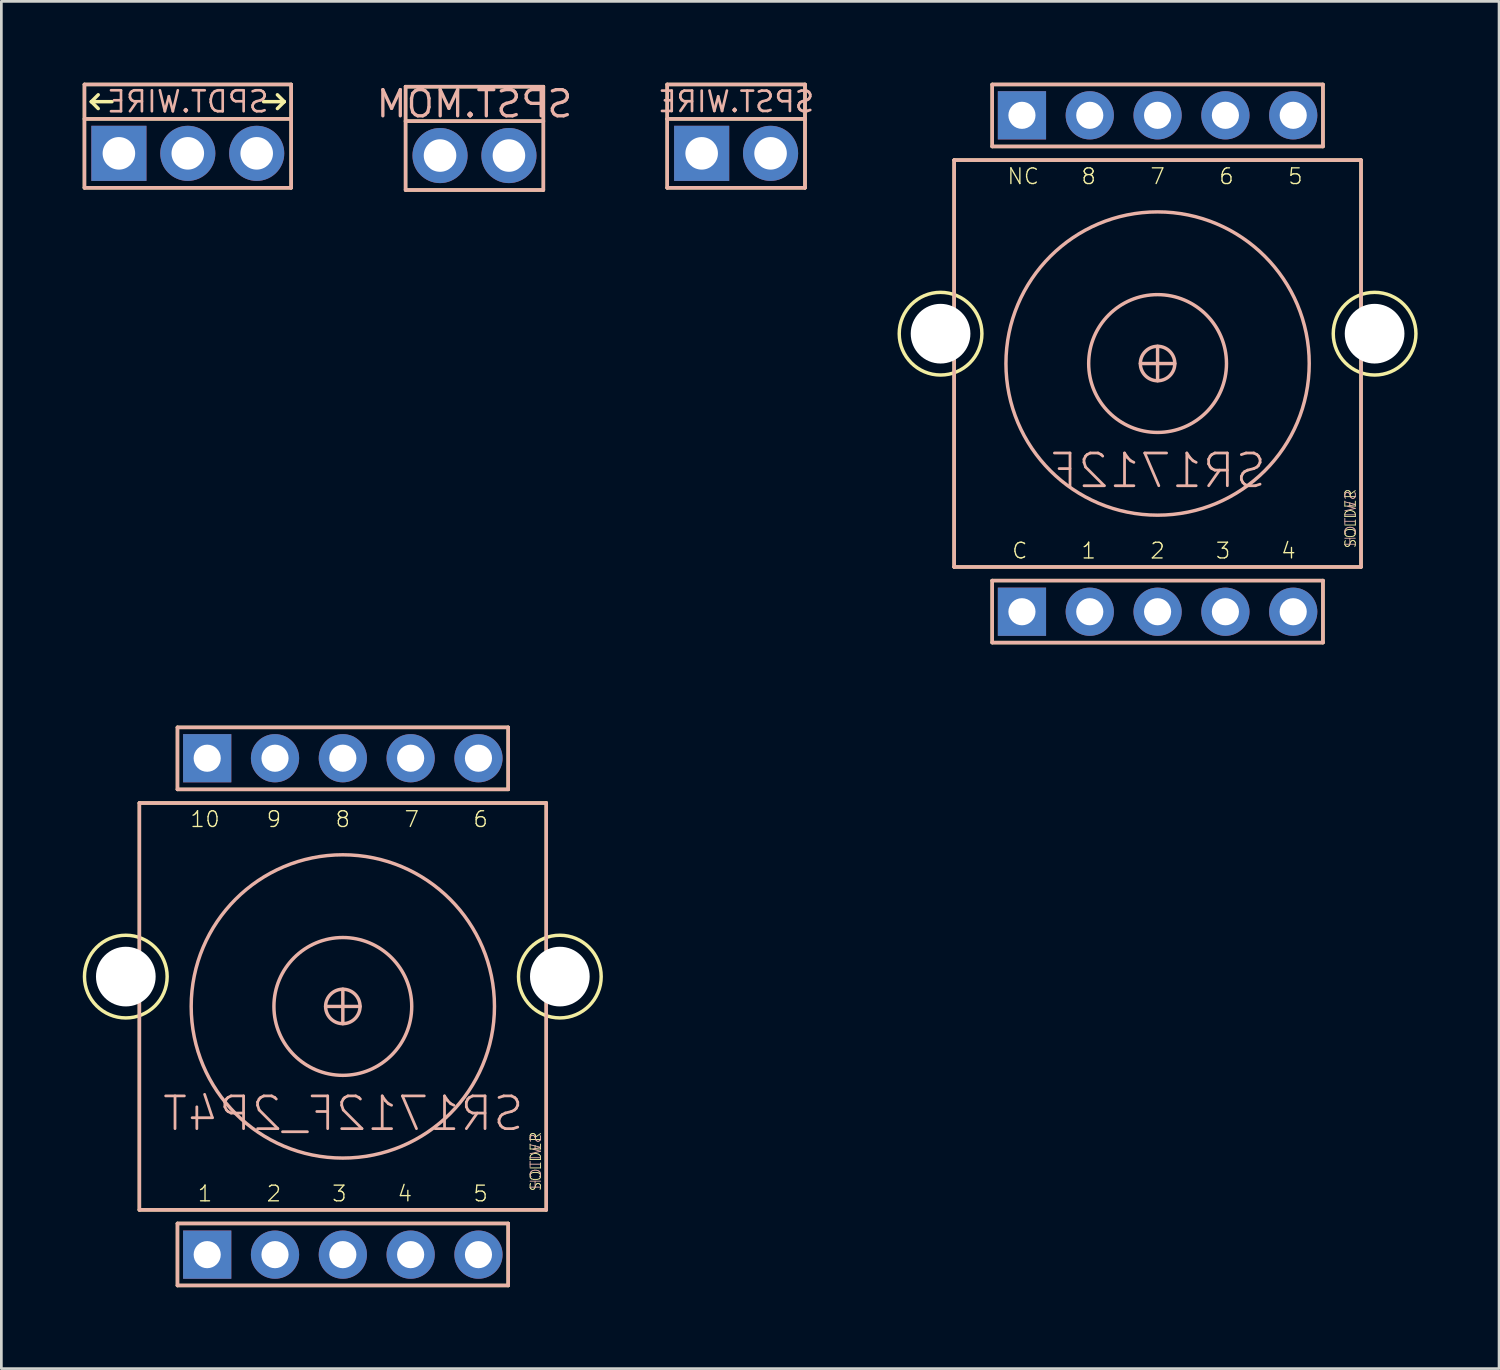
<source format=kicad_pcb>
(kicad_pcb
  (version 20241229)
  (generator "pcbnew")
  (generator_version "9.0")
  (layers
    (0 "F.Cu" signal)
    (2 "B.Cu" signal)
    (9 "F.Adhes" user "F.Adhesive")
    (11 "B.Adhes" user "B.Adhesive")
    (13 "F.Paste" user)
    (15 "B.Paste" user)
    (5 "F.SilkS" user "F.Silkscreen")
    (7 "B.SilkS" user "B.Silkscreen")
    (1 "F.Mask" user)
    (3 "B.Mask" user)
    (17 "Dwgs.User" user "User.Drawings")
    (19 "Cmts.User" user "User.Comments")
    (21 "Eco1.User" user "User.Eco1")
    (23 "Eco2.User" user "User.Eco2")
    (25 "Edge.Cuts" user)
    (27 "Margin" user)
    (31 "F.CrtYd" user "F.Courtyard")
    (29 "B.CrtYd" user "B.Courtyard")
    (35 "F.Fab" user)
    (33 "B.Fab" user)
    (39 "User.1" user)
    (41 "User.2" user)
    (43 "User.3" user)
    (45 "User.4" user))
  (footprint "SR1712F_2P4T"
    (layer "F.Cu")
    (at 9.588 34.051)
    (property "Reference" "SR1712F_2P4T" (at 0.016 3.952 0) (layer "B.SilkS") (effects (font (size 1.206 1.206) (thickness 0.102)) (justify mirror)))
    (attr through_hole)
    (fp_line (start -7.5 -7.5) (end -7.5 7.5) (stroke (width 0.127) (type solid)) (layer "F.SilkS"))
    (fp_line (start -7.5 7.5) (end 7.5 7.5) (stroke (width 0.127) (type solid)) (layer "F.SilkS"))
    (fp_line (start -6.096 -10.287) (end -6.096 -8.001) (stroke (width 0.127) (type solid)) (layer "F.SilkS"))
    (fp_line (start -6.096 -8.001) (end 6.096 -8.001) (stroke (width 0.127) (type solid)) (layer "F.SilkS"))
    (fp_line (start -6.096 8.001) (end -6.096 10.287) (stroke (width 0.127) (type solid)) (layer "F.SilkS"))
    (fp_line (start -6.096 10.287) (end 6.096 10.287) (stroke (width 0.127) (type solid)) (layer "F.SilkS"))
    (fp_line (start 6.096 -10.287) (end -6.096 -10.287) (stroke (width 0.127) (type solid)) (layer "F.SilkS"))
    (fp_line (start 6.096 -8.001) (end 6.096 -10.287) (stroke (width 0.127) (type solid)) (layer "F.SilkS"))
    (fp_line (start 6.096 8.001) (end -6.096 8.001) (stroke (width 0.127) (type solid)) (layer "F.SilkS"))
    (fp_line (start 6.096 10.287) (end 6.096 8.001) (stroke (width 0.127) (type solid)) (layer "F.SilkS"))
    (fp_line (start 7.5 -7.5) (end -7.5 -7.5) (stroke (width 0.127) (type solid)) (layer "F.SilkS"))
    (fp_line (start 7.5 7.5) (end 7.5 -7.5) (stroke (width 0.127) (type solid)) (layer "F.SilkS"))
    (fp_circle (center -8 -1.1) (end -6.476 -1.1) (stroke (width 0.127) (type solid)) (fill no) (layer "F.SilkS"))
    (fp_circle (center 8 -1.1) (end 9.524 -1.1) (stroke (width 0.127) (type solid)) (fill no) (layer "F.SilkS"))
    (fp_line (start -7.5 -7.5) (end -7.5 7.5) (stroke (width 0.127) (type solid)) (layer "B.SilkS"))
    (fp_line (start -7.5 7.5) (end 7.5 7.5) (stroke (width 0.127) (type solid)) (layer "B.SilkS"))
    (fp_line (start -6.096 -10.287) (end 6.096 -10.287) (stroke (width 0.127) (type solid)) (layer "B.SilkS"))
    (fp_line (start -6.096 -8.001) (end -6.096 -10.287) (stroke (width 0.127) (type solid)) (layer "B.SilkS"))
    (fp_line (start -6.096 8.001) (end 6.096 8.001) (stroke (width 0.127) (type solid)) (layer "B.SilkS"))
    (fp_line (start -6.096 10.287) (end -6.096 8.001) (stroke (width 0.127) (type solid)) (layer "B.SilkS"))
    (fp_line (start -0.635 0) (end 0.635 0) (stroke (width 0.127) (type solid)) (layer "B.SilkS"))
    (fp_line (start 0 -0.635) (end 0 0.635) (stroke (width 0.127) (type solid)) (layer "B.SilkS"))
    (fp_line (start 6.096 -10.287) (end 6.096 -8.001) (stroke (width 0.127) (type solid)) (layer "B.SilkS"))
    (fp_line (start 6.096 -8.001) (end -6.096 -8.001) (stroke (width 0.127) (type solid)) (layer "B.SilkS"))
    (fp_line (start 6.096 8.001) (end 6.096 10.287) (stroke (width 0.127) (type solid)) (layer "B.SilkS"))
    (fp_line (start 6.096 10.287) (end -6.096 10.287) (stroke (width 0.127) (type solid)) (layer "B.SilkS"))
    (fp_line (start 7.5 -7.5) (end -7.5 -7.5) (stroke (width 0.127) (type solid)) (layer "B.SilkS"))
    (fp_line (start 7.5 7.5) (end 7.5 -7.5) (stroke (width 0.127) (type solid)) (layer "B.SilkS"))
    (fp_circle (center 0 0) (end 0.635 0) (stroke (width 0.127) (type solid)) (fill no) (layer "B.SilkS"))
    (fp_circle (center 0 0) (end 2.54 0) (stroke (width 0.127) (type solid)) (fill no) (layer "B.SilkS"))
    (fp_circle (center 0 0) (end 5.59 0) (stroke (width 0.127) (type solid)) (fill no) (layer "B.SilkS"))
    (fp_text user "6" (at 5.08 -7.239 0) (layer "F.SilkS") (effects (font (size 0.579 0.579) (thickness 0.049)) (justify top)))
    (fp_text user "7" (at 2.54 -7.239 0) (layer "F.SilkS") (effects (font (size 0.579 0.579) (thickness 0.049)) (justify top)))
    (fp_text user "8" (at 0 -7.239 0) (layer "F.SilkS") (effects (font (size 0.579 0.579) (thickness 0.049)) (justify top)))
    (fp_text user "5" (at 5.08 7.239 0) (layer "F.SilkS") (effects (font (size 0.579 0.579) (thickness 0.049)) (justify bottom)))
    (fp_text user "10" (at -5.08 -7.239 0) (layer "F.SilkS") (effects (font (size 0.579 0.579) (thickness 0.049)) (justify top)))
    (fp_text user "SOLDER" (at 7.112 5.715 90) (layer "F.SilkS") (effects (font (size 0.386 0.386) (thickness 0.033))))
    (fp_text user "4" (at 2.286 7.239 0) (layer "F.SilkS") (effects (font (size 0.579 0.579) (thickness 0.049)) (justify bottom)))
    (fp_text user "3" (at -0.127 7.239 0) (layer "F.SilkS") (effects (font (size 0.579 0.579) (thickness 0.049)) (justify bottom)))
    (fp_text user "9" (at -2.54 -7.239 0) (layer "F.SilkS") (effects (font (size 0.579 0.579) (thickness 0.049)) (justify top)))
    (fp_text user "2" (at -2.54 7.239 0) (layer "F.SilkS") (effects (font (size 0.579 0.579) (thickness 0.049)) (justify bottom)))
    (fp_text user "1" (at -5.08 7.239 0) (layer "F.SilkS") (effects (font (size 0.579 0.579) (thickness 0.049)) (justify bottom)))
    (fp_text user "SWITCH" (at 7.112 5.715 270) (layer "B.SilkS") (effects (font (size 0.386 0.386) (thickness 0.033)) (justify mirror)))
    (pad "" np_thru_hole oval (at -8 -1.1) (size 2.2 2.2) (drill 2.2) (layers "*.Cu"))
    (pad "" np_thru_hole oval (at 8 -1.1) (size 2.2 2.2) (drill 2.2) (layers "*.Cu"))
    (pad "1" thru_hole rect (at -5 9.15) (size 1.778 1.778) (drill 1) (layers "*.Cu" "*.Mask"))
    (pad "2" thru_hole oval (at -2.5 9.15) (size 1.778 1.778) (drill 1) (layers "*.Cu" "*.Mask"))
    (pad "3" thru_hole oval (at 0 9.15) (size 1.778 1.778) (drill 1) (layers "*.Cu" "*.Mask"))
    (pad "4" thru_hole oval (at 2.5 9.15) (size 1.778 1.778) (drill 1) (layers "*.Cu" "*.Mask"))
    (pad "5" thru_hole oval (at 5 9.15) (size 1.778 1.778) (drill 1) (layers "*.Cu" "*.Mask"))
    (pad "6" thru_hole oval (at 5 -9.15) (size 1.778 1.778) (drill 1) (layers "*.Cu" "*.Mask"))
    (pad "7" thru_hole oval (at 2.5 -9.15) (size 1.778 1.778) (drill 1) (layers "*.Cu" "*.Mask"))
    (pad "8" thru_hole oval (at 0 -9.15) (size 1.778 1.778) (drill 1) (layers "*.Cu" "*.Mask"))
    (pad "9" thru_hole oval (at -2.5 -9.15) (size 1.778 1.778) (drill 1) (layers "*.Cu" "*.Mask"))
    (pad "10" thru_hole rect (at -5 -9.15) (size 1.778 1.778) (drill 1) (layers "*.Cu" "*.Mask")))
  (footprint "SPST.WIRE"
    (layer "F.Cu")
    (at 24.086 2.603)
    (property "Reference" "SPST.WIRE" (at 0 -1.905 0) (layer "B.SilkS") (effects (font (size 0.75 0.75) (thickness 0.1)) (justify mirror)))
    (attr through_hole)
    (fp_line (start -2.54 -2.54) (end 2.54 -2.54) (stroke (width 0.127) (type solid)) (layer "F.SilkS"))
    (fp_line (start -2.54 -1.27) (end -2.54 -2.54) (stroke (width 0.127) (type solid)) (layer "F.SilkS"))
    (fp_line (start -2.54 -1.27) (end 2.54 -1.27) (stroke (width 0.127) (type solid)) (layer "F.SilkS"))
    (fp_line (start -2.54 1.27) (end -2.54 -1.27) (stroke (width 0.127) (type solid)) (layer "F.SilkS"))
    (fp_line (start 2.54 -1.27) (end 2.54 -2.54) (stroke (width 0.127) (type solid)) (layer "F.SilkS"))
    (fp_line (start 2.54 -1.27) (end 2.54 1.27) (stroke (width 0.127) (type solid)) (layer "F.SilkS"))
    (fp_line (start 2.54 1.27) (end -2.54 1.27) (stroke (width 0.127) (type solid)) (layer "F.SilkS"))
    (fp_line (start -2.54 -1.27) (end -2.54 -2.54) (stroke (width 0.127) (type solid)) (layer "B.SilkS"))
    (fp_line (start -2.54 -1.27) (end -2.54 1.27) (stroke (width 0.127) (type solid)) (layer "B.SilkS"))
    (fp_line (start -2.54 1.27) (end 2.54 1.27) (stroke (width 0.127) (type solid)) (layer "B.SilkS"))
    (fp_line (start 2.54 -2.54) (end -2.54 -2.54) (stroke (width 0.127) (type solid)) (layer "B.SilkS"))
    (fp_line (start 2.54 -1.27) (end -2.54 -1.27) (stroke (width 0.127) (type solid)) (layer "B.SilkS"))
    (fp_line (start 2.54 -1.27) (end 2.54 -2.54) (stroke (width 0.127) (type solid)) (layer "B.SilkS"))
    (fp_line (start 2.54 1.27) (end 2.54 -1.27) (stroke (width 0.127) (type solid)) (layer "B.SilkS"))
    (pad "1" thru_hole rect (at -1.27 0) (size 2.032 2.032) (drill 1.2) (layers "*.Cu" "*.Mask"))
    (pad "2" thru_hole oval (at 1.27 0) (size 2.032 2.032) (drill 1.2) (layers "*.Cu" "*.Mask")))
  (footprint "SPST.MOM"
    (layer "F.Cu")
    (at 14.441 2.684)
    (property "Reference" "SPST.MOM" (at 0 -1.905 0) (layer "B.SilkS") (effects (font (size 0.965 0.965) (thickness 0.122)) (justify mirror)))
    (attr through_hole)
    (fp_line (start -2.54 -2.54) (end 2.54 -2.54) (stroke (width 0.127) (type solid)) (layer "F.SilkS"))
    (fp_line (start -2.54 -1.27) (end -2.54 -2.54) (stroke (width 0.127) (type solid)) (layer "F.SilkS"))
    (fp_line (start -2.54 -1.27) (end 2.54 -1.27) (stroke (width 0.127) (type solid)) (layer "F.SilkS"))
    (fp_line (start -2.54 1.27) (end -2.54 -1.27) (stroke (width 0.127) (type solid)) (layer "F.SilkS"))
    (fp_line (start 2.54 -1.27) (end 2.54 -2.54) (stroke (width 0.127) (type solid)) (layer "F.SilkS"))
    (fp_line (start 2.54 -1.27) (end 2.54 1.27) (stroke (width 0.127) (type solid)) (layer "F.SilkS"))
    (fp_line (start 2.54 1.27) (end -2.54 1.27) (stroke (width 0.127) (type solid)) (layer "F.SilkS"))
    (fp_line (start -2.54 -1.27) (end -2.54 -2.54) (stroke (width 0.127) (type solid)) (layer "B.SilkS"))
    (fp_line (start -2.54 -1.27) (end -2.54 1.27) (stroke (width 0.127) (type solid)) (layer "B.SilkS"))
    (fp_line (start -2.54 1.27) (end 2.54 1.27) (stroke (width 0.127) (type solid)) (layer "B.SilkS"))
    (fp_line (start 2.54 -2.54) (end -2.54 -2.54) (stroke (width 0.127) (type solid)) (layer "B.SilkS"))
    (fp_line (start 2.54 -1.27) (end -2.54 -1.27) (stroke (width 0.127) (type solid)) (layer "B.SilkS"))
    (fp_line (start 2.54 -1.27) (end 2.54 -2.54) (stroke (width 0.127) (type solid)) (layer "B.SilkS"))
    (fp_line (start 2.54 1.27) (end 2.54 -1.27) (stroke (width 0.127) (type solid)) (layer "B.SilkS"))
    (pad "1" thru_hole oval (at -1.27 0) (size 2.032 2.032) (drill 1.2) (layers "*.Cu" "*.Mask"))
    (pad "2" thru_hole oval (at 1.27 0) (size 2.032 2.032) (drill 1.2) (layers "*.Cu" "*.Mask")))
  (footprint "SPDT.WIRE"
    (layer "F.Cu")
    (at 3.873 2.603)
    (property "Reference" "SPDT.WIRE" (at 0 -1.905 0) (layer "B.SilkS") (effects (font (size 0.772 0.772) (thickness 0.098)) (justify mirror)))
    (attr through_hole)
    (fp_line (start -3.81 -2.54) (end 3.81 -2.54) (stroke (width 0.127) (type solid)) (layer "F.SilkS"))
    (fp_line (start -3.81 1.27) (end -3.81 -2.54) (stroke (width 0.127) (type solid)) (layer "F.SilkS"))
    (fp_line (start -3.556 -1.905) (end -3.302 -2.159) (stroke (width 0.127) (type solid)) (layer "F.SilkS"))
    (fp_line (start -3.556 -1.905) (end -3.302 -1.651) (stroke (width 0.127) (type solid)) (layer "F.SilkS"))
    (fp_line (start -2.794 -1.905) (end -3.556 -1.905) (stroke (width 0.127) (type solid)) (layer "F.SilkS"))
    (fp_line (start 2.794 -1.905) (end 3.556 -1.905) (stroke (width 0.127) (type solid)) (layer "F.SilkS"))
    (fp_line (start 3.556 -1.905) (end 3.302 -2.159) (stroke (width 0.127) (type solid)) (layer "F.SilkS"))
    (fp_line (start 3.556 -1.905) (end 3.302 -1.651) (stroke (width 0.127) (type solid)) (layer "F.SilkS"))
    (fp_line (start 3.81 -2.54) (end 3.81 1.27) (stroke (width 0.127) (type solid)) (layer "F.SilkS"))
    (fp_line (start 3.81 -1.27) (end -3.81 -1.27) (stroke (width 0.127) (type solid)) (layer "F.SilkS"))
    (fp_line (start 3.81 1.27) (end -3.81 1.27) (stroke (width 0.127) (type solid)) (layer "F.SilkS"))
    (fp_line (start -3.81 -2.54) (end -3.81 1.27) (stroke (width 0.127) (type solid)) (layer "B.SilkS"))
    (fp_line (start -3.81 -1.27) (end 3.81 -1.27) (stroke (width 0.127) (type solid)) (layer "B.SilkS"))
    (fp_line (start -3.81 1.27) (end 3.81 1.27) (stroke (width 0.127) (type solid)) (layer "B.SilkS"))
    (fp_line (start 3.81 -2.54) (end -3.81 -2.54) (stroke (width 0.127) (type solid)) (layer "B.SilkS"))
    (fp_line (start 3.81 1.27) (end 3.81 -2.54) (stroke (width 0.127) (type solid)) (layer "B.SilkS"))
    (pad "1" thru_hole rect (at -2.54 0) (size 2.032 2.032) (drill 1.2) (layers "*.Cu" "*.Mask"))
    (pad "2" thru_hole oval (at 0 0) (size 2.032 2.032) (drill 1.2) (layers "*.Cu" "*.Mask"))
    (pad "3" thru_hole oval (at 2.54 0) (size 2.032 2.032) (drill 1.2) (layers "*.Cu" "*.Mask")))
  (footprint "SR1712F"
    (layer "F.Cu")
    (at 39.623 10.351)
    (property "Reference" "SR1712F" (at 0.016 3.952 0) (layer "B.SilkS") (effects (font (size 1.206 1.206) (thickness 0.102)) (justify mirror)))
    (attr through_hole)
    (fp_line (start -7.5 -7.5) (end -7.5 7.5) (stroke (width 0.127) (type solid)) (layer "F.SilkS"))
    (fp_line (start -7.5 7.5) (end 7.5 7.5) (stroke (width 0.127) (type solid)) (layer "F.SilkS"))
    (fp_line (start -6.096 -10.287) (end -6.096 -8.001) (stroke (width 0.127) (type solid)) (layer "F.SilkS"))
    (fp_line (start -6.096 -8.001) (end 6.096 -8.001) (stroke (width 0.127) (type solid)) (layer "F.SilkS"))
    (fp_line (start -6.096 8.001) (end -6.096 10.287) (stroke (width 0.127) (type solid)) (layer "F.SilkS"))
    (fp_line (start -6.096 10.287) (end 6.096 10.287) (stroke (width 0.127) (type solid)) (layer "F.SilkS"))
    (fp_line (start 6.096 -10.287) (end -6.096 -10.287) (stroke (width 0.127) (type solid)) (layer "F.SilkS"))
    (fp_line (start 6.096 -8.001) (end 6.096 -10.287) (stroke (width 0.127) (type solid)) (layer "F.SilkS"))
    (fp_line (start 6.096 8.001) (end -6.096 8.001) (stroke (width 0.127) (type solid)) (layer "F.SilkS"))
    (fp_line (start 6.096 10.287) (end 6.096 8.001) (stroke (width 0.127) (type solid)) (layer "F.SilkS"))
    (fp_line (start 7.5 -7.5) (end -7.5 -7.5) (stroke (width 0.127) (type solid)) (layer "F.SilkS"))
    (fp_line (start 7.5 7.5) (end 7.5 -7.5) (stroke (width 0.127) (type solid)) (layer "F.SilkS"))
    (fp_circle (center -8 -1.1) (end -6.476 -1.1) (stroke (width 0.127) (type solid)) (fill no) (layer "F.SilkS"))
    (fp_circle (center 8 -1.1) (end 9.524 -1.1) (stroke (width 0.127) (type solid)) (fill no) (layer "F.SilkS"))
    (fp_line (start -7.5 -7.5) (end -7.5 7.5) (stroke (width 0.127) (type solid)) (layer "B.SilkS"))
    (fp_line (start -7.5 7.5) (end 7.5 7.5) (stroke (width 0.127) (type solid)) (layer "B.SilkS"))
    (fp_line (start -6.096 -10.287) (end 6.096 -10.287) (stroke (width 0.127) (type solid)) (layer "B.SilkS"))
    (fp_line (start -6.096 -8.001) (end -6.096 -10.287) (stroke (width 0.127) (type solid)) (layer "B.SilkS"))
    (fp_line (start -6.096 8.001) (end 6.096 8.001) (stroke (width 0.127) (type solid)) (layer "B.SilkS"))
    (fp_line (start -6.096 10.287) (end -6.096 8.001) (stroke (width 0.127) (type solid)) (layer "B.SilkS"))
    (fp_line (start -0.635 0) (end 0.635 0) (stroke (width 0.127) (type solid)) (layer "B.SilkS"))
    (fp_line (start 0 -0.635) (end 0 0.635) (stroke (width 0.127) (type solid)) (layer "B.SilkS"))
    (fp_line (start 6.096 -10.287) (end 6.096 -8.001) (stroke (width 0.127) (type solid)) (layer "B.SilkS"))
    (fp_line (start 6.096 -8.001) (end -6.096 -8.001) (stroke (width 0.127) (type solid)) (layer "B.SilkS"))
    (fp_line (start 6.096 8.001) (end 6.096 10.287) (stroke (width 0.127) (type solid)) (layer "B.SilkS"))
    (fp_line (start 6.096 10.287) (end -6.096 10.287) (stroke (width 0.127) (type solid)) (layer "B.SilkS"))
    (fp_line (start 7.5 -7.5) (end -7.5 -7.5) (stroke (width 0.127) (type solid)) (layer "B.SilkS"))
    (fp_line (start 7.5 7.5) (end 7.5 -7.5) (stroke (width 0.127) (type solid)) (layer "B.SilkS"))
    (fp_circle (center 0 0) (end 0.635 0) (stroke (width 0.127) (type solid)) (fill no) (layer "B.SilkS"))
    (fp_circle (center 0 0) (end 2.54 0) (stroke (width 0.127) (type solid)) (fill no) (layer "B.SilkS"))
    (fp_circle (center 0 0) (end 5.59 0) (stroke (width 0.127) (type solid)) (fill no) (layer "B.SilkS"))
    (fp_text user "5" (at 5.08 -7.239 0) (layer "F.SilkS") (effects (font (size 0.579 0.579) (thickness 0.049)) (justify top)))
    (fp_text user "7" (at 0 -7.239 0) (layer "F.SilkS") (effects (font (size 0.579 0.579) (thickness 0.049)) (justify top)))
    (fp_text user "3" (at 2.413 7.239 0) (layer "F.SilkS") (effects (font (size 0.579 0.579) (thickness 0.049)) (justify bottom)))
    (fp_text user "SOLDER" (at 7.112 5.715 90) (layer "F.SilkS") (effects (font (size 0.386 0.386) (thickness 0.033))))
    (fp_text user "6" (at 2.54 -7.239 0) (layer "F.SilkS") (effects (font (size 0.579 0.579) (thickness 0.049)) (justify top)))
    (fp_text user "8" (at -2.54 -7.239 0) (layer "F.SilkS") (effects (font (size 0.579 0.579) (thickness 0.049)) (justify top)))
    (fp_text user "1" (at -2.54 7.239 0) (layer "F.SilkS") (effects (font (size 0.579 0.579) (thickness 0.049)) (justify bottom)))
    (fp_text user "C" (at -5.08 7.239 0) (layer "F.SilkS") (effects (font (size 0.579 0.579) (thickness 0.049)) (justify bottom)))
    (fp_text user "2" (at 0 7.239 0) (layer "F.SilkS") (effects (font (size 0.579 0.579) (thickness 0.049)) (justify bottom)))
    (fp_text user "4" (at 4.826 7.239 0) (layer "F.SilkS") (effects (font (size 0.579 0.579) (thickness 0.049)) (justify bottom)))
    (fp_text user "NC" (at -4.953 -7.239 0) (layer "F.SilkS") (effects (font (size 0.579 0.579) (thickness 0.049)) (justify top)))
    (fp_text user "SWITCH" (at 7.112 5.715 270) (layer "B.SilkS") (effects (font (size 0.386 0.386) (thickness 0.033)) (justify mirror)))
    (pad "" np_thru_hole oval (at -8 -1.1) (size 2.2 2.2) (drill 2.2) (layers "*.Cu"))
    (pad "" np_thru_hole oval (at 8 -1.1) (size 2.2 2.2) (drill 2.2) (layers "*.Cu"))
    (pad "1" thru_hole oval (at -2.5 9.15) (size 1.778 1.778) (drill 1) (layers "*.Cu" "*.Mask"))
    (pad "2" thru_hole oval (at 0 9.15) (size 1.778 1.778) (drill 1) (layers "*.Cu" "*.Mask"))
    (pad "3" thru_hole oval (at 2.5 9.15) (size 1.778 1.778) (drill 1) (layers "*.Cu" "*.Mask"))
    (pad "4" thru_hole oval (at 5 9.15) (size 1.778 1.778) (drill 1) (layers "*.Cu" "*.Mask"))
    (pad "5" thru_hole oval (at 5 -9.15) (size 1.778 1.778) (drill 1) (layers "*.Cu" "*.Mask"))
    (pad "6" thru_hole oval (at 2.5 -9.15) (size 1.778 1.778) (drill 1) (layers "*.Cu" "*.Mask"))
    (pad "7" thru_hole oval (at 0 -9.15) (size 1.778 1.778) (drill 1) (layers "*.Cu" "*.Mask"))
    (pad "8" thru_hole oval (at -2.5 -9.15) (size 1.778 1.778) (drill 1) (layers "*.Cu" "*.Mask"))
    (pad "9" thru_hole rect (at -5 -9.15) (size 1.778 1.778) (drill 1) (layers "*.Cu" "*.Mask"))
    (pad "C" thru_hole rect (at -5 9.15) (size 1.778 1.778) (drill 1) (layers "*.Cu" "*.Mask")))
  (gr_rect
    (start -3 -3)
    (end 52.211 47.402)
    (stroke (width 0.1) (type default))
    (fill no)
    (layer "Edge.Cuts")))
</source>
